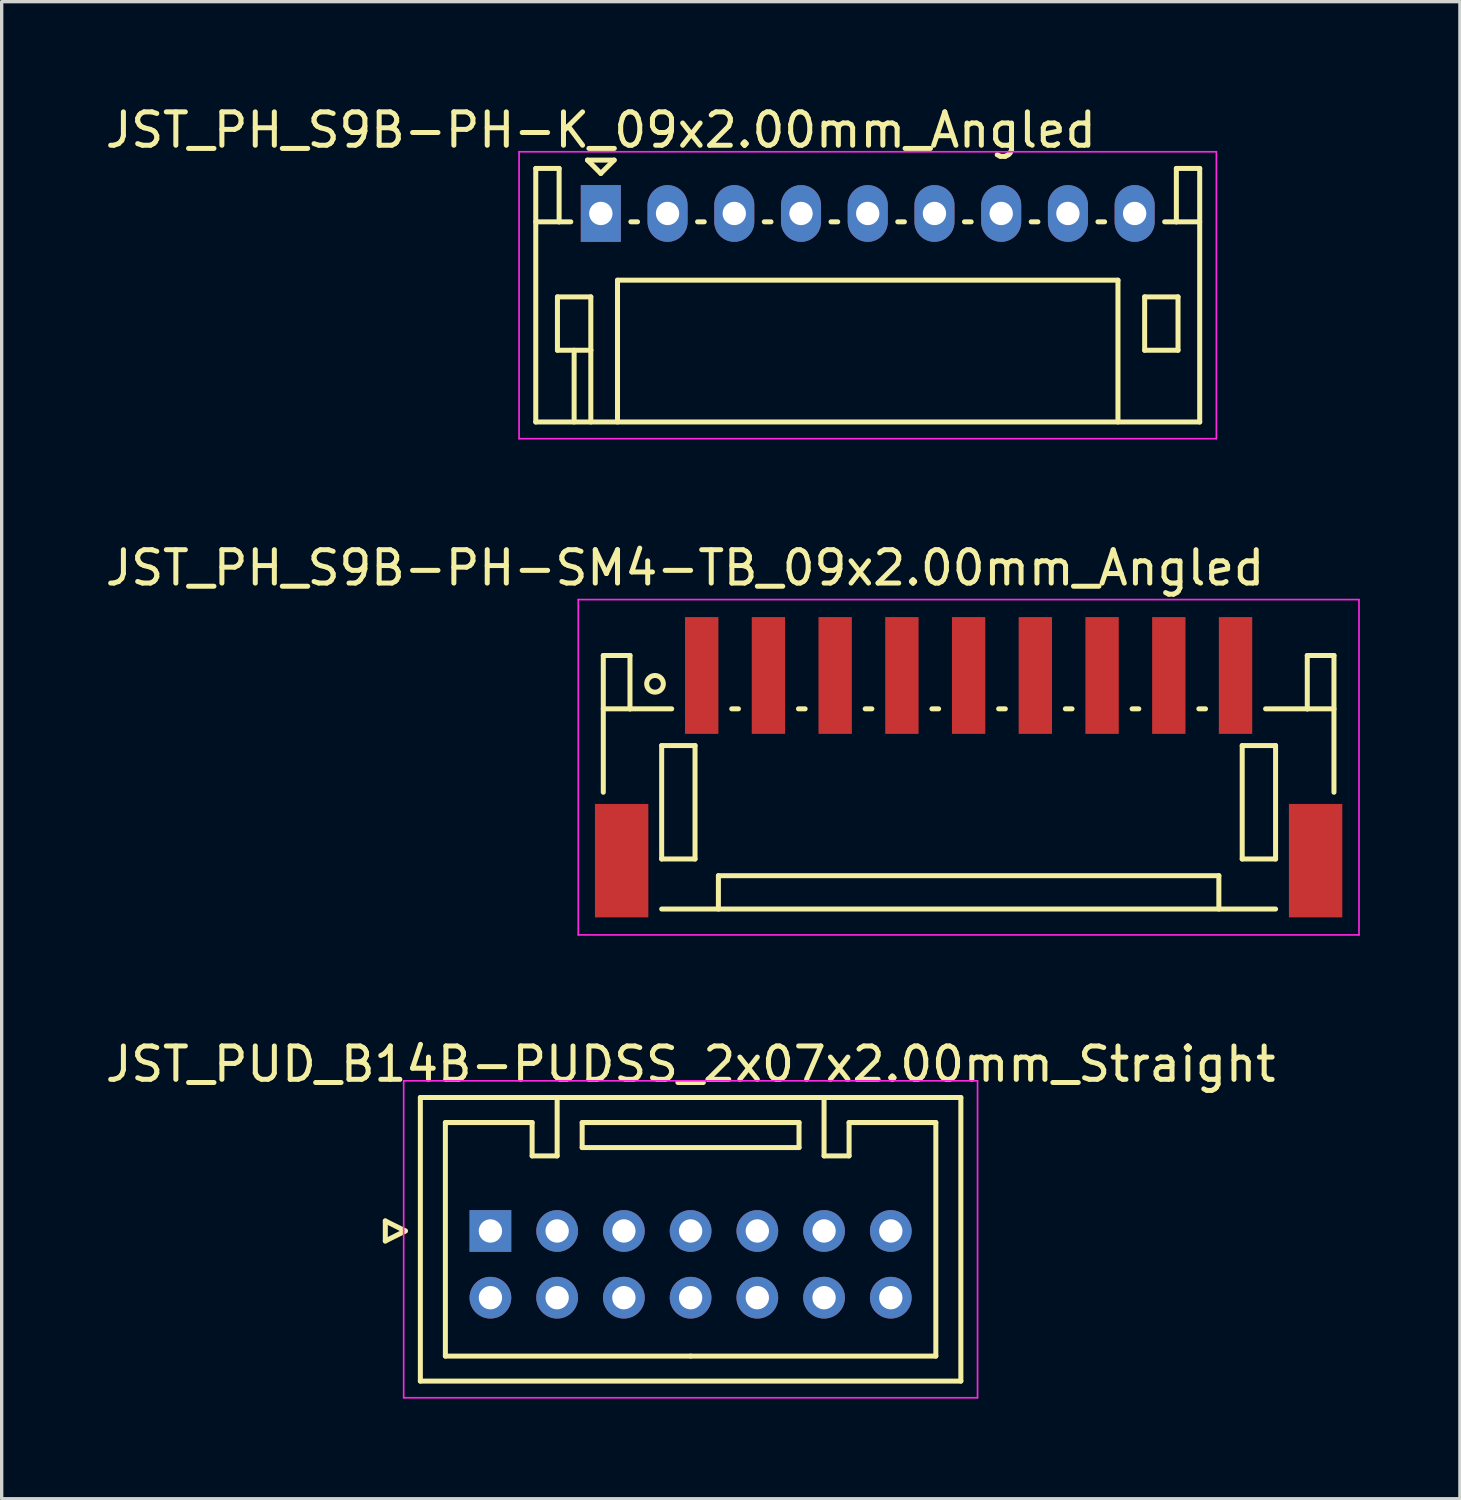
<source format=kicad_pcb>
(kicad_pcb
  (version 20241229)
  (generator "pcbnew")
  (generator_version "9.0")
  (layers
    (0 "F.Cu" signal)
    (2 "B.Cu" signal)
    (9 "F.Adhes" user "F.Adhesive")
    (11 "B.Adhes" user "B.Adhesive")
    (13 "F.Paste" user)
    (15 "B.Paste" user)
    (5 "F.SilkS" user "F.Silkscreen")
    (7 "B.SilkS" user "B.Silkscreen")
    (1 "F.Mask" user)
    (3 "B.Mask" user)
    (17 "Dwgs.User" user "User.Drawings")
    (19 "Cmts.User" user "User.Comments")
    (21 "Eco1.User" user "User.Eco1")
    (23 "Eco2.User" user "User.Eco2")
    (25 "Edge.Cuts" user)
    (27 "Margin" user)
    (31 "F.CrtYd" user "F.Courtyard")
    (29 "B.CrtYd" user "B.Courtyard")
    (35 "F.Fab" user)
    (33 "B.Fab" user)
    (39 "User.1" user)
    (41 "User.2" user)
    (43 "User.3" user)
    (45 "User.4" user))
  (footprint "JST_PH_S9B-PH-SM4-TB_09x2.00mm_Angled"
    (layer "F.Cu")
    (at 25.982 19.971)
    (property "Reference" "JST_PH_S9B-PH-SM4-TB_09x2.00mm_Angled" (at -8.5 -6 0) (layer "F.SilkS") (effects (font (size 1 1) (thickness 0.15))))
    (attr smd)
    (fp_line (start -10.95 -3.375) (end -10.95 0.725) (stroke (width 0.15) (type solid)) (layer "F.SilkS"))
    (fp_line (start -10.15 -3.375) (end -10.95 -3.375) (stroke (width 0.15) (type solid)) (layer "F.SilkS"))
    (fp_line (start -10.15 -1.775) (end -10.95 -1.775) (stroke (width 0.15) (type solid)) (layer "F.SilkS"))
    (fp_line (start -10.15 -1.775) (end -10.15 -3.375) (stroke (width 0.15) (type solid)) (layer "F.SilkS"))
    (fp_line (start -9.2 -0.675) (end -9.2 2.725) (stroke (width 0.15) (type solid)) (layer "F.SilkS"))
    (fp_line (start -9.2 2.725) (end -8.2 2.725) (stroke (width 0.15) (type solid)) (layer "F.SilkS"))
    (fp_line (start -9.2 4.225) (end 9.2 4.225) (stroke (width 0.15) (type solid)) (layer "F.SilkS"))
    (fp_line (start -8.9 -1.775) (end -10.15 -1.775) (stroke (width 0.15) (type solid)) (layer "F.SilkS"))
    (fp_line (start -8.2 -0.675) (end -9.2 -0.675) (stroke (width 0.15) (type solid)) (layer "F.SilkS"))
    (fp_line (start -8.2 2.725) (end -8.2 -0.675) (stroke (width 0.15) (type solid)) (layer "F.SilkS"))
    (fp_line (start -7.5 3.225) (end 7.5 3.225) (stroke (width 0.15) (type solid)) (layer "F.SilkS"))
    (fp_line (start -7.5 4.225) (end -7.5 3.225) (stroke (width 0.15) (type solid)) (layer "F.SilkS"))
    (fp_line (start -7.1 -1.775) (end -6.9 -1.775) (stroke (width 0.15) (type solid)) (layer "F.SilkS"))
    (fp_line (start -5.1 -1.775) (end -4.9 -1.775) (stroke (width 0.15) (type solid)) (layer "F.SilkS"))
    (fp_line (start -3.1 -1.775) (end -2.9 -1.775) (stroke (width 0.15) (type solid)) (layer "F.SilkS"))
    (fp_line (start -1.1 -1.775) (end -0.9 -1.775) (stroke (width 0.15) (type solid)) (layer "F.SilkS"))
    (fp_line (start 0.9 -1.775) (end 1.1 -1.775) (stroke (width 0.15) (type solid)) (layer "F.SilkS"))
    (fp_line (start 2.9 -1.775) (end 3.1 -1.775) (stroke (width 0.15) (type solid)) (layer "F.SilkS"))
    (fp_line (start 4.9 -1.775) (end 5.1 -1.775) (stroke (width 0.15) (type solid)) (layer "F.SilkS"))
    (fp_line (start 6.9 -1.775) (end 7.1 -1.775) (stroke (width 0.15) (type solid)) (layer "F.SilkS"))
    (fp_line (start 7.5 3.225) (end 7.5 4.225) (stroke (width 0.15) (type solid)) (layer "F.SilkS"))
    (fp_line (start 8.2 -0.675) (end 9.2 -0.675) (stroke (width 0.15) (type solid)) (layer "F.SilkS"))
    (fp_line (start 8.2 2.725) (end 8.2 -0.675) (stroke (width 0.15) (type solid)) (layer "F.SilkS"))
    (fp_line (start 8.9 -1.775) (end 10.15 -1.775) (stroke (width 0.15) (type solid)) (layer "F.SilkS"))
    (fp_line (start 9.2 -0.675) (end 9.2 2.725) (stroke (width 0.15) (type solid)) (layer "F.SilkS"))
    (fp_line (start 9.2 2.725) (end 8.2 2.725) (stroke (width 0.15) (type solid)) (layer "F.SilkS"))
    (fp_line (start 10.15 -3.375) (end 10.95 -3.375) (stroke (width 0.15) (type solid)) (layer "F.SilkS"))
    (fp_line (start 10.15 -1.775) (end 10.15 -3.375) (stroke (width 0.15) (type solid)) (layer "F.SilkS"))
    (fp_line (start 10.15 -1.775) (end 10.95 -1.775) (stroke (width 0.15) (type solid)) (layer "F.SilkS"))
    (fp_line (start 10.95 -3.375) (end 10.95 0.725) (stroke (width 0.15) (type solid)) (layer "F.SilkS"))
    (fp_circle (center -9.4 -2.525) (end -9.15 -2.525) (stroke (width 0.15) (type solid)) (fill no) (layer "F.SilkS"))
    (fp_line (start -11.7 -5.05) (end 11.7 -5.05) (stroke (width 0.05) (type solid)) (layer "F.CrtYd"))
    (fp_line (start -11.7 5) (end -11.7 -5.05) (stroke (width 0.05) (type solid)) (layer "F.CrtYd"))
    (fp_line (start 11.7 -5.05) (end 11.7 5) (stroke (width 0.05) (type solid)) (layer "F.CrtYd"))
    (fp_line (start 11.7 5) (end -11.7 5) (stroke (width 0.05) (type solid)) (layer "F.CrtYd"))
    (pad "" smd rect (at -10.4 2.775) (size 1.6 3.4) (layers "F.Cu" "F.Mask" "F.Paste"))
    (pad "" smd rect (at 10.4 2.775) (size 1.6 3.4) (layers "F.Cu" "F.Mask" "F.Paste"))
    (pad "1" smd rect (at -8 -2.775) (size 1 3.5) (layers "F.Cu" "F.Mask" "F.Paste"))
    (pad "2" smd rect (at -6 -2.775) (size 1 3.5) (layers "F.Cu" "F.Mask" "F.Paste"))
    (pad "3" smd rect (at -4 -2.775) (size 1 3.5) (layers "F.Cu" "F.Mask" "F.Paste"))
    (pad "4" smd rect (at -2 -2.775) (size 1 3.5) (layers "F.Cu" "F.Mask" "F.Paste"))
    (pad "5" smd rect (at 0 -2.775) (size 1 3.5) (layers "F.Cu" "F.Mask" "F.Paste"))
    (pad "6" smd rect (at 2 -2.775) (size 1 3.5) (layers "F.Cu" "F.Mask" "F.Paste"))
    (pad "7" smd rect (at 4 -2.775) (size 1 3.5) (layers "F.Cu" "F.Mask" "F.Paste"))
    (pad "8" smd rect (at 6 -2.775) (size 1 3.5) (layers "F.Cu" "F.Mask" "F.Paste"))
    (pad "9" smd rect (at 8 -2.775) (size 1 3.5) (layers "F.Cu" "F.Mask" "F.Paste")))
  (footprint "JST_PH_S9B-PH-K_09x2.00mm_Angled"
    (layer "F.Cu")
    (at 14.958 3.348)
    (property "Reference" "JST_PH_S9B-PH-K_09x2.00mm_Angled" (at 0 -2.5 0) (layer "F.SilkS") (effects (font (size 1 1) (thickness 0.15))))
    (attr through_hole)
    (fp_line (start -1.95 -1.35) (end -1.95 6.25) (stroke (width 0.15) (type solid)) (layer "F.SilkS"))
    (fp_line (start -1.95 0.25) (end -1.25 0.25) (stroke (width 0.15) (type solid)) (layer "F.SilkS"))
    (fp_line (start -1.95 6.25) (end 17.95 6.25) (stroke (width 0.15) (type solid)) (layer "F.SilkS"))
    (fp_line (start -1.3 2.5) (end -1.3 4.1) (stroke (width 0.15) (type solid)) (layer "F.SilkS"))
    (fp_line (start -1.3 4.1) (end -0.3 4.1) (stroke (width 0.15) (type solid)) (layer "F.SilkS"))
    (fp_line (start -1.25 -1.35) (end -1.95 -1.35) (stroke (width 0.15) (type solid)) (layer "F.SilkS"))
    (fp_line (start -1.25 0.25) (end -1.25 -1.35) (stroke (width 0.15) (type solid)) (layer "F.SilkS"))
    (fp_line (start -0.9 0.25) (end -1.25 0.25) (stroke (width 0.15) (type solid)) (layer "F.SilkS"))
    (fp_line (start -0.8 4.1) (end -0.8 6.25) (stroke (width 0.15) (type solid)) (layer "F.SilkS"))
    (fp_line (start -0.4 -1.6) (end 0.4 -1.6) (stroke (width 0.15) (type solid)) (layer "F.SilkS"))
    (fp_line (start -0.3 2.5) (end -1.3 2.5) (stroke (width 0.15) (type solid)) (layer "F.SilkS"))
    (fp_line (start -0.3 4.1) (end -0.3 2.5) (stroke (width 0.15) (type solid)) (layer "F.SilkS"))
    (fp_line (start -0.3 4.1) (end -0.3 6.25) (stroke (width 0.15) (type solid)) (layer "F.SilkS"))
    (fp_line (start 0 -1.2) (end -0.4 -1.6) (stroke (width 0.15) (type solid)) (layer "F.SilkS"))
    (fp_line (start 0.4 -1.6) (end 0 -1.2) (stroke (width 0.15) (type solid)) (layer "F.SilkS"))
    (fp_line (start 0.5 2) (end 15.5 2) (stroke (width 0.15) (type solid)) (layer "F.SilkS"))
    (fp_line (start 0.5 6.25) (end 0.5 2) (stroke (width 0.15) (type solid)) (layer "F.SilkS"))
    (fp_line (start 0.9 0.25) (end 1.1 0.25) (stroke (width 0.15) (type solid)) (layer "F.SilkS"))
    (fp_line (start 2.9 0.25) (end 3.1 0.25) (stroke (width 0.15) (type solid)) (layer "F.SilkS"))
    (fp_line (start 4.9 0.25) (end 5.1 0.25) (stroke (width 0.15) (type solid)) (layer "F.SilkS"))
    (fp_line (start 6.9 0.25) (end 7.1 0.25) (stroke (width 0.15) (type solid)) (layer "F.SilkS"))
    (fp_line (start 8.9 0.25) (end 9.1 0.25) (stroke (width 0.15) (type solid)) (layer "F.SilkS"))
    (fp_line (start 10.9 0.25) (end 11.1 0.25) (stroke (width 0.15) (type solid)) (layer "F.SilkS"))
    (fp_line (start 12.9 0.25) (end 13.1 0.25) (stroke (width 0.15) (type solid)) (layer "F.SilkS"))
    (fp_line (start 14.9 0.25) (end 15.1 0.25) (stroke (width 0.15) (type solid)) (layer "F.SilkS"))
    (fp_line (start 15.5 2) (end 15.5 6.25) (stroke (width 0.15) (type solid)) (layer "F.SilkS"))
    (fp_line (start 16.3 2.5) (end 17.3 2.5) (stroke (width 0.15) (type solid)) (layer "F.SilkS"))
    (fp_line (start 16.3 4.1) (end 16.3 2.5) (stroke (width 0.15) (type solid)) (layer "F.SilkS"))
    (fp_line (start 17.25 -1.35) (end 17.25 0.25) (stroke (width 0.15) (type solid)) (layer "F.SilkS"))
    (fp_line (start 17.25 0.25) (end 16.9 0.25) (stroke (width 0.15) (type solid)) (layer "F.SilkS"))
    (fp_line (start 17.3 2.5) (end 17.3 4.1) (stroke (width 0.15) (type solid)) (layer "F.SilkS"))
    (fp_line (start 17.3 4.1) (end 16.3 4.1) (stroke (width 0.15) (type solid)) (layer "F.SilkS"))
    (fp_line (start 17.95 -1.35) (end 17.25 -1.35) (stroke (width 0.15) (type solid)) (layer "F.SilkS"))
    (fp_line (start 17.95 0.25) (end 17.25 0.25) (stroke (width 0.15) (type solid)) (layer "F.SilkS"))
    (fp_line (start 17.95 6.25) (end 17.95 -1.35) (stroke (width 0.15) (type solid)) (layer "F.SilkS"))
    (fp_line (start -2.45 -1.85) (end 18.45 -1.85) (stroke (width 0.05) (type solid)) (layer "F.CrtYd"))
    (fp_line (start -2.45 6.75) (end -2.45 -1.85) (stroke (width 0.05) (type solid)) (layer "F.CrtYd"))
    (fp_line (start 18.45 -1.85) (end 18.45 6.75) (stroke (width 0.05) (type solid)) (layer "F.CrtYd"))
    (fp_line (start 18.45 6.75) (end -2.45 6.75) (stroke (width 0.05) (type solid)) (layer "F.CrtYd"))
    (pad "1" thru_hole rect (at 0 0) (size 1.2 1.7) (drill 0.7) (layers "*.Cu" "*.Mask"))
    (pad "2" thru_hole oval (at 2 0) (size 1.2 1.7) (drill 0.7) (layers "*.Cu" "*.Mask"))
    (pad "3" thru_hole oval (at 4 0) (size 1.2 1.7) (drill 0.7) (layers "*.Cu" "*.Mask"))
    (pad "4" thru_hole oval (at 6 0) (size 1.2 1.7) (drill 0.7) (layers "*.Cu" "*.Mask"))
    (pad "5" thru_hole oval (at 8 0) (size 1.2 1.7) (drill 0.7) (layers "*.Cu" "*.Mask"))
    (pad "6" thru_hole oval (at 10 0) (size 1.2 1.7) (drill 0.7) (layers "*.Cu" "*.Mask"))
    (pad "7" thru_hole oval (at 12 0) (size 1.2 1.7) (drill 0.7) (layers "*.Cu" "*.Mask"))
    (pad "8" thru_hole oval (at 14 0) (size 1.2 1.7) (drill 0.7) (layers "*.Cu" "*.Mask"))
    (pad "9" thru_hole oval (at 16 0) (size 1.2 1.7) (drill 0.7) (layers "*.Cu" "*.Mask")))
  (footprint "JST_PUD_B14B-PUDSS_2x07x2.00mm_Straight"
    (layer "F.Cu")
    (at 11.649 33.845)
    (property "Reference" "JST_PUD_B14B-PUDSS_2x07x2.00mm_Straight" (at 6 -5 0) (layer "F.SilkS") (effects (font (size 1 1) (thickness 0.15))))
    (attr through_hole)
    (fp_line (start -3.15 -0.3) (end -3.15 0.3) (stroke (width 0.15) (type solid)) (layer "F.SilkS"))
    (fp_line (start -3.15 0.3) (end -2.55 0) (stroke (width 0.15) (type solid)) (layer "F.SilkS"))
    (fp_line (start -2.55 0) (end -3.15 -0.3) (stroke (width 0.15) (type solid)) (layer "F.SilkS"))
    (fp_line (start -2.1 -4) (end -2.1 4.5) (stroke (width 0.15) (type solid)) (layer "F.SilkS"))
    (fp_line (start -2.1 4.5) (end 14.1 4.5) (stroke (width 0.15) (type solid)) (layer "F.SilkS"))
    (fp_line (start -1.35 -3.25) (end -1.35 3.75) (stroke (width 0.15) (type solid)) (layer "F.SilkS"))
    (fp_line (start -1.35 3.75) (end 6 3.75) (stroke (width 0.15) (type solid)) (layer "F.SilkS"))
    (fp_line (start 1.25 -3.25) (end -1.35 -3.25) (stroke (width 0.15) (type solid)) (layer "F.SilkS"))
    (fp_line (start 1.25 -2.25) (end 1.25 -3.25) (stroke (width 0.15) (type solid)) (layer "F.SilkS"))
    (fp_line (start 2 -4) (end 2 -2.25) (stroke (width 0.15) (type solid)) (layer "F.SilkS"))
    (fp_line (start 2 -2.25) (end 1.25 -2.25) (stroke (width 0.15) (type solid)) (layer "F.SilkS"))
    (fp_line (start 2.75 -3.25) (end 2.75 -2.5) (stroke (width 0.15) (type solid)) (layer "F.SilkS"))
    (fp_line (start 2.75 -2.5) (end 9.25 -2.5) (stroke (width 0.15) (type solid)) (layer "F.SilkS"))
    (fp_line (start 9.25 -3.25) (end 2.75 -3.25) (stroke (width 0.15) (type solid)) (layer "F.SilkS"))
    (fp_line (start 9.25 -2.5) (end 9.25 -3.25) (stroke (width 0.15) (type solid)) (layer "F.SilkS"))
    (fp_line (start 10 -4) (end 10 -2.25) (stroke (width 0.15) (type solid)) (layer "F.SilkS"))
    (fp_line (start 10 -2.25) (end 10.75 -2.25) (stroke (width 0.15) (type solid)) (layer "F.SilkS"))
    (fp_line (start 10.75 -3.25) (end 13.35 -3.25) (stroke (width 0.15) (type solid)) (layer "F.SilkS"))
    (fp_line (start 10.75 -2.25) (end 10.75 -3.25) (stroke (width 0.15) (type solid)) (layer "F.SilkS"))
    (fp_line (start 13.35 -3.25) (end 13.35 3.75) (stroke (width 0.15) (type solid)) (layer "F.SilkS"))
    (fp_line (start 13.35 3.75) (end 6 3.75) (stroke (width 0.15) (type solid)) (layer "F.SilkS"))
    (fp_line (start 14.1 -4) (end -2.1 -4) (stroke (width 0.15) (type solid)) (layer "F.SilkS"))
    (fp_line (start 14.1 4.5) (end 14.1 -4) (stroke (width 0.15) (type solid)) (layer "F.SilkS"))
    (fp_line (start -2.6 -4.5) (end -2.6 5) (stroke (width 0.05) (type solid)) (layer "F.CrtYd"))
    (fp_line (start -2.6 5) (end 14.6 5) (stroke (width 0.05) (type solid)) (layer "F.CrtYd"))
    (fp_line (start 14.6 -4.5) (end -2.6 -4.5) (stroke (width 0.05) (type solid)) (layer "F.CrtYd"))
    (fp_line (start 14.6 5) (end 14.6 -4.5) (stroke (width 0.05) (type solid)) (layer "F.CrtYd"))
    (pad "1" thru_hole rect (at 0 0) (size 1.25 1.25) (drill 0.7) (layers "*.Cu" "*.Mask"))
    (pad "2" thru_hole circle (at 0 2) (size 1.25 1.25) (drill 0.7) (layers "*.Cu" "*.Mask"))
    (pad "3" thru_hole circle (at 2 0) (size 1.25 1.25) (drill 0.7) (layers "*.Cu" "*.Mask"))
    (pad "4" thru_hole circle (at 2 2) (size 1.25 1.25) (drill 0.7) (layers "*.Cu" "*.Mask"))
    (pad "5" thru_hole circle (at 4 0) (size 1.25 1.25) (drill 0.7) (layers "*.Cu" "*.Mask"))
    (pad "6" thru_hole circle (at 4 2) (size 1.25 1.25) (drill 0.7) (layers "*.Cu" "*.Mask"))
    (pad "7" thru_hole circle (at 6 0) (size 1.25 1.25) (drill 0.7) (layers "*.Cu" "*.Mask"))
    (pad "8" thru_hole circle (at 6 2) (size 1.25 1.25) (drill 0.7) (layers "*.Cu" "*.Mask"))
    (pad "9" thru_hole circle (at 8 0) (size 1.25 1.25) (drill 0.7) (layers "*.Cu" "*.Mask"))
    (pad "10" thru_hole circle (at 8 2) (size 1.25 1.25) (drill 0.7) (layers "*.Cu" "*.Mask"))
    (pad "11" thru_hole circle (at 10 0) (size 1.25 1.25) (drill 0.7) (layers "*.Cu" "*.Mask"))
    (pad "12" thru_hole circle (at 10 2) (size 1.25 1.25) (drill 0.7) (layers "*.Cu" "*.Mask"))
    (pad "13" thru_hole circle (at 12 0) (size 1.25 1.25) (drill 0.7) (layers "*.Cu" "*.Mask"))
    (pad "14" thru_hole circle (at 12 2) (size 1.25 1.25) (drill 0.7) (layers "*.Cu" "*.Mask")))
  (gr_rect
    (start -3 -3)
    (end 40.707 41.87)
    (stroke (width 0.1) (type default))
    (fill no)
    (layer "Edge.Cuts")))
</source>
